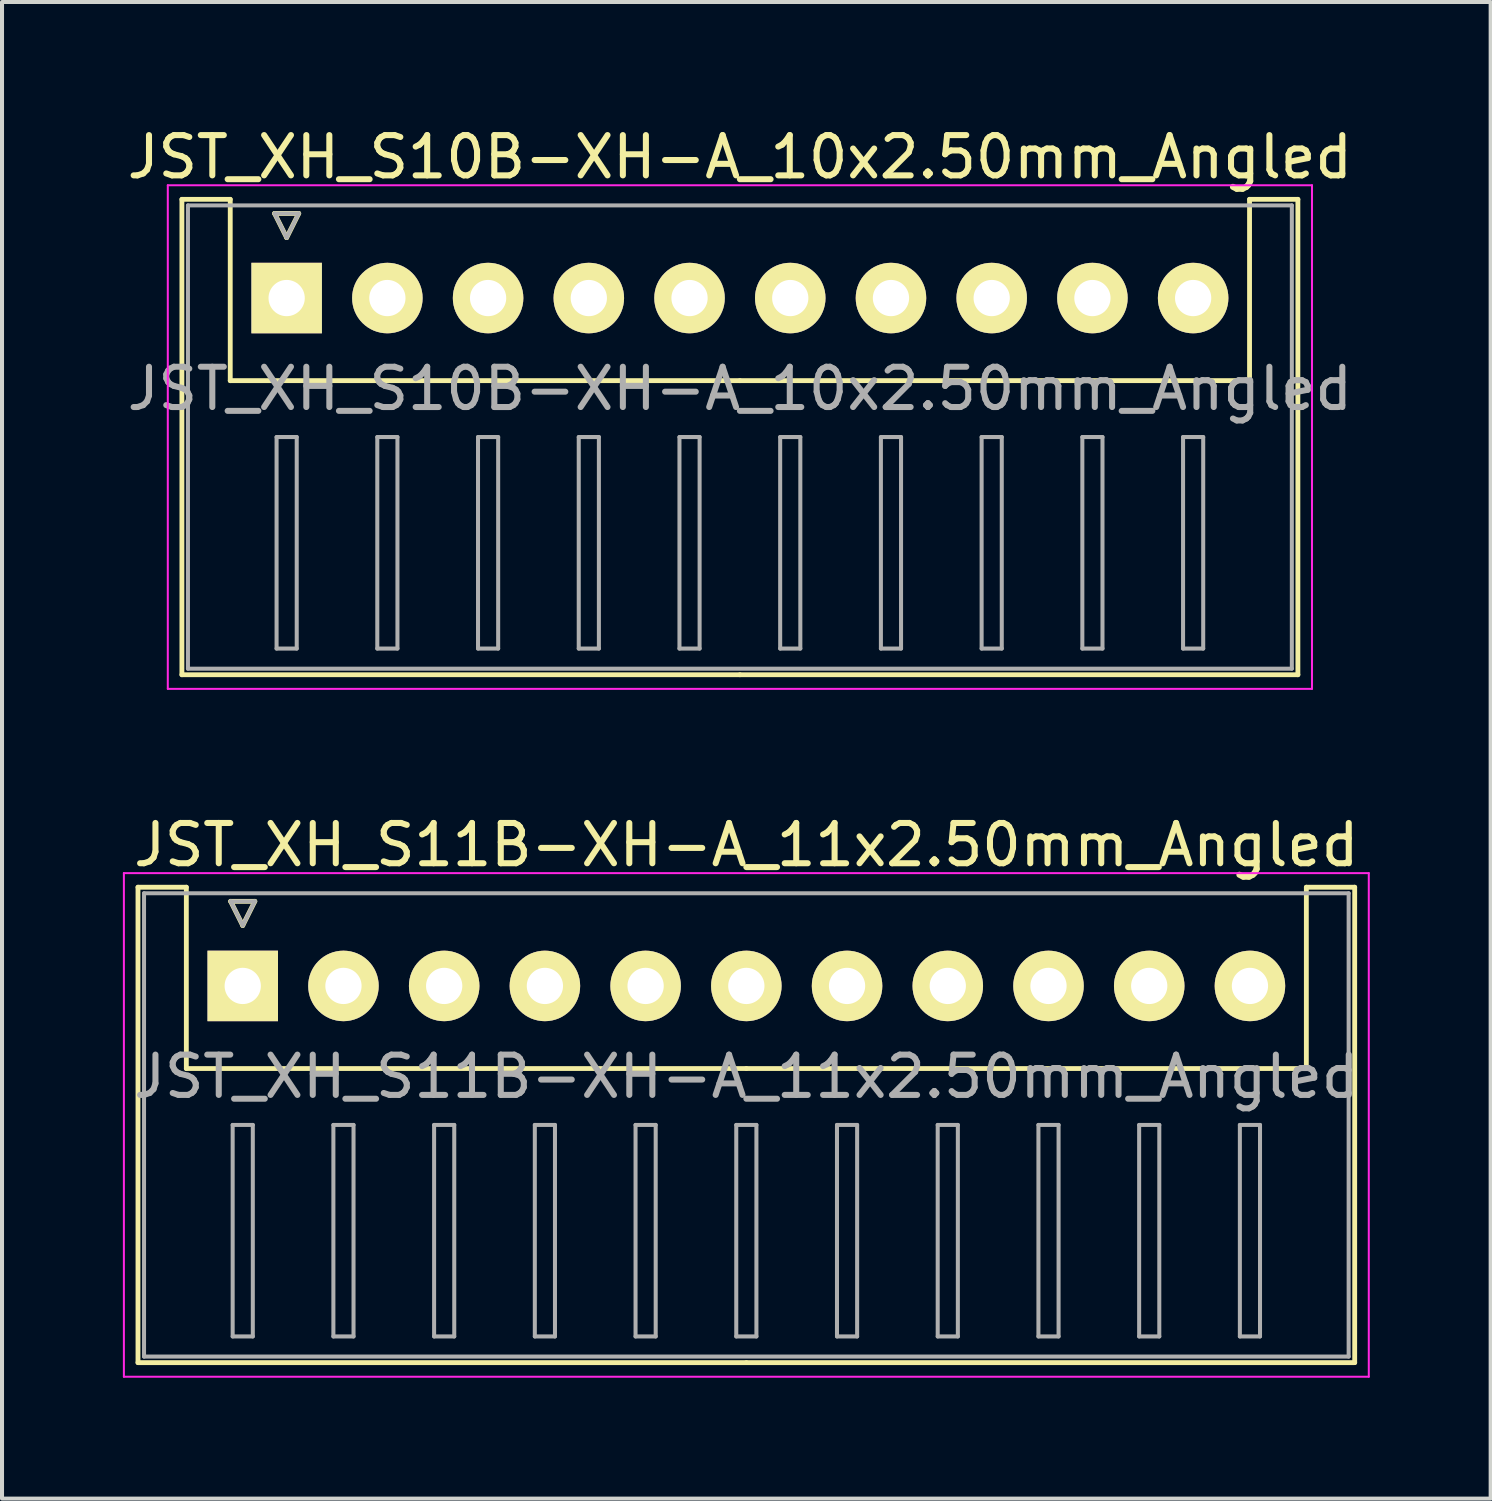
<source format=kicad_pcb>
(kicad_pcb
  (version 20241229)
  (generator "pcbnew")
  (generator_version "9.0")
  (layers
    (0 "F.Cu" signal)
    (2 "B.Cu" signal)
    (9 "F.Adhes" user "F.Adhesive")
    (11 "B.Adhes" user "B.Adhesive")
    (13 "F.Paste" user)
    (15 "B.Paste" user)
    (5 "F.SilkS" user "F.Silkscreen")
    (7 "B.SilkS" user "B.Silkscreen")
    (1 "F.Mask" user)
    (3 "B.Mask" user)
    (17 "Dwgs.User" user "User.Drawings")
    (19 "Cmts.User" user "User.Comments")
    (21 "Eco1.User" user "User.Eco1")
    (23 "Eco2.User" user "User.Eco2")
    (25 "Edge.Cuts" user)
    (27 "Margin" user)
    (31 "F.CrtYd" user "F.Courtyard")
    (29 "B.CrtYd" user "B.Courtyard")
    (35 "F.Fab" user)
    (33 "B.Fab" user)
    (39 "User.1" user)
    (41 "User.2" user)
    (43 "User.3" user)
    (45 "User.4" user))
  (footprint "JST_XH_S10B-XH-A_10x2.50mm_Angled"
    (layer "F.Cu")
    (at 4.065 4.348)
    (property "Reference" "JST_XH_S10B-XH-A_10x2.50mm_Angled" (at 11.25 -3.5 0) (layer "F.SilkS") (effects (font (size 1 1) (thickness 0.15))))
    (attr through_hole)
    (fp_line (start -2.6 -2.45) (end -1.4 -2.45) (stroke (width 0.12) (type solid)) (layer "F.SilkS"))
    (fp_line (start -2.6 9.35) (end -2.6 -2.45) (stroke (width 0.12) (type solid)) (layer "F.SilkS"))
    (fp_line (start -1.4 -2.45) (end -1.4 2.05) (stroke (width 0.12) (type solid)) (layer "F.SilkS"))
    (fp_line (start -1.4 2.05) (end 11.25 2.05) (stroke (width 0.12) (type solid)) (layer "F.SilkS"))
    (fp_line (start -0.3 -2.1) (end 0.3 -2.1) (stroke (width 0.12) (type solid)) (layer "F.SilkS"))
    (fp_line (start 0 -1.5) (end -0.3 -2.1) (stroke (width 0.12) (type solid)) (layer "F.SilkS"))
    (fp_line (start 0.3 -2.1) (end 0 -1.5) (stroke (width 0.12) (type solid)) (layer "F.SilkS"))
    (fp_line (start 11.25 9.35) (end -2.6 9.35) (stroke (width 0.12) (type solid)) (layer "F.SilkS"))
    (fp_line (start 11.25 9.35) (end 25.1 9.35) (stroke (width 0.12) (type solid)) (layer "F.SilkS"))
    (fp_line (start 23.9 -2.45) (end 23.9 2.05) (stroke (width 0.12) (type solid)) (layer "F.SilkS"))
    (fp_line (start 23.9 2.05) (end 11.25 2.05) (stroke (width 0.12) (type solid)) (layer "F.SilkS"))
    (fp_line (start 25.1 -2.45) (end 23.9 -2.45) (stroke (width 0.12) (type solid)) (layer "F.SilkS"))
    (fp_line (start 25.1 9.35) (end 25.1 -2.45) (stroke (width 0.12) (type solid)) (layer "F.SilkS"))
    (fp_line (start -2.95 -2.8) (end -2.95 9.7) (stroke (width 0.05) (type solid)) (layer "F.CrtYd"))
    (fp_line (start -2.95 9.7) (end 25.45 9.7) (stroke (width 0.05) (type solid)) (layer "F.CrtYd"))
    (fp_line (start 25.45 -2.8) (end -2.95 -2.8) (stroke (width 0.05) (type solid)) (layer "F.CrtYd"))
    (fp_line (start 25.45 9.7) (end 25.45 -2.8) (stroke (width 0.05) (type solid)) (layer "F.CrtYd"))
    (fp_line (start -2.45 -2.3) (end -2.45 9.2) (stroke (width 0.1) (type solid)) (layer "F.Fab"))
    (fp_line (start -2.45 9.2) (end 24.95 9.2) (stroke (width 0.1) (type solid)) (layer "F.Fab"))
    (fp_line (start -0.3 -2.1) (end 0.3 -2.1) (stroke (width 0.1) (type solid)) (layer "F.Fab"))
    (fp_line (start -0.25 3.45) (end -0.25 8.7) (stroke (width 0.1) (type solid)) (layer "F.Fab"))
    (fp_line (start -0.25 8.7) (end 0.25 8.7) (stroke (width 0.1) (type solid)) (layer "F.Fab"))
    (fp_line (start 0 -1.5) (end -0.3 -2.1) (stroke (width 0.1) (type solid)) (layer "F.Fab"))
    (fp_line (start 0.25 3.45) (end -0.25 3.45) (stroke (width 0.1) (type solid)) (layer "F.Fab"))
    (fp_line (start 0.25 8.7) (end 0.25 3.45) (stroke (width 0.1) (type solid)) (layer "F.Fab"))
    (fp_line (start 0.3 -2.1) (end 0 -1.5) (stroke (width 0.1) (type solid)) (layer "F.Fab"))
    (fp_line (start 2.25 3.45) (end 2.25 8.7) (stroke (width 0.1) (type solid)) (layer "F.Fab"))
    (fp_line (start 2.25 8.7) (end 2.75 8.7) (stroke (width 0.1) (type solid)) (layer "F.Fab"))
    (fp_line (start 2.75 3.45) (end 2.25 3.45) (stroke (width 0.1) (type solid)) (layer "F.Fab"))
    (fp_line (start 2.75 8.7) (end 2.75 3.45) (stroke (width 0.1) (type solid)) (layer "F.Fab"))
    (fp_line (start 4.75 3.45) (end 4.75 8.7) (stroke (width 0.1) (type solid)) (layer "F.Fab"))
    (fp_line (start 4.75 8.7) (end 5.25 8.7) (stroke (width 0.1) (type solid)) (layer "F.Fab"))
    (fp_line (start 5.25 3.45) (end 4.75 3.45) (stroke (width 0.1) (type solid)) (layer "F.Fab"))
    (fp_line (start 5.25 8.7) (end 5.25 3.45) (stroke (width 0.1) (type solid)) (layer "F.Fab"))
    (fp_line (start 7.25 3.45) (end 7.25 8.7) (stroke (width 0.1) (type solid)) (layer "F.Fab"))
    (fp_line (start 7.25 8.7) (end 7.75 8.7) (stroke (width 0.1) (type solid)) (layer "F.Fab"))
    (fp_line (start 7.75 3.45) (end 7.25 3.45) (stroke (width 0.1) (type solid)) (layer "F.Fab"))
    (fp_line (start 7.75 8.7) (end 7.75 3.45) (stroke (width 0.1) (type solid)) (layer "F.Fab"))
    (fp_line (start 9.75 3.45) (end 9.75 8.7) (stroke (width 0.1) (type solid)) (layer "F.Fab"))
    (fp_line (start 9.75 8.7) (end 10.25 8.7) (stroke (width 0.1) (type solid)) (layer "F.Fab"))
    (fp_line (start 10.25 3.45) (end 9.75 3.45) (stroke (width 0.1) (type solid)) (layer "F.Fab"))
    (fp_line (start 10.25 8.7) (end 10.25 3.45) (stroke (width 0.1) (type solid)) (layer "F.Fab"))
    (fp_line (start 12.25 3.45) (end 12.25 8.7) (stroke (width 0.1) (type solid)) (layer "F.Fab"))
    (fp_line (start 12.25 8.7) (end 12.75 8.7) (stroke (width 0.1) (type solid)) (layer "F.Fab"))
    (fp_line (start 12.75 3.45) (end 12.25 3.45) (stroke (width 0.1) (type solid)) (layer "F.Fab"))
    (fp_line (start 12.75 8.7) (end 12.75 3.45) (stroke (width 0.1) (type solid)) (layer "F.Fab"))
    (fp_line (start 14.75 3.45) (end 14.75 8.7) (stroke (width 0.1) (type solid)) (layer "F.Fab"))
    (fp_line (start 14.75 8.7) (end 15.25 8.7) (stroke (width 0.1) (type solid)) (layer "F.Fab"))
    (fp_line (start 15.25 3.45) (end 14.75 3.45) (stroke (width 0.1) (type solid)) (layer "F.Fab"))
    (fp_line (start 15.25 8.7) (end 15.25 3.45) (stroke (width 0.1) (type solid)) (layer "F.Fab"))
    (fp_line (start 17.25 3.45) (end 17.25 8.7) (stroke (width 0.1) (type solid)) (layer "F.Fab"))
    (fp_line (start 17.25 8.7) (end 17.75 8.7) (stroke (width 0.1) (type solid)) (layer "F.Fab"))
    (fp_line (start 17.75 3.45) (end 17.25 3.45) (stroke (width 0.1) (type solid)) (layer "F.Fab"))
    (fp_line (start 17.75 8.7) (end 17.75 3.45) (stroke (width 0.1) (type solid)) (layer "F.Fab"))
    (fp_line (start 19.75 3.45) (end 19.75 8.7) (stroke (width 0.1) (type solid)) (layer "F.Fab"))
    (fp_line (start 19.75 8.7) (end 20.25 8.7) (stroke (width 0.1) (type solid)) (layer "F.Fab"))
    (fp_line (start 20.25 3.45) (end 19.75 3.45) (stroke (width 0.1) (type solid)) (layer "F.Fab"))
    (fp_line (start 20.25 8.7) (end 20.25 3.45) (stroke (width 0.1) (type solid)) (layer "F.Fab"))
    (fp_line (start 22.25 3.45) (end 22.25 8.7) (stroke (width 0.1) (type solid)) (layer "F.Fab"))
    (fp_line (start 22.25 8.7) (end 22.75 8.7) (stroke (width 0.1) (type solid)) (layer "F.Fab"))
    (fp_line (start 22.75 3.45) (end 22.25 3.45) (stroke (width 0.1) (type solid)) (layer "F.Fab"))
    (fp_line (start 22.75 8.7) (end 22.75 3.45) (stroke (width 0.1) (type solid)) (layer "F.Fab"))
    (fp_line (start 24.95 -2.3) (end -2.45 -2.3) (stroke (width 0.1) (type solid)) (layer "F.Fab"))
    (fp_line (start 24.95 9.2) (end 24.95 -2.3) (stroke (width 0.1) (type solid)) (layer "F.Fab"))
    (fp_text user "${REFERENCE}" (at 11.25 2.25 0) (layer "F.Fab") (effects (font (size 1 1) (thickness 0.15))))
    (pad "1" thru_hole rect (at 0 0) (size 1.75 1.75) (drill 0.9) (layers "*.Cu" "*.Mask" "F.SilkS"))
    (pad "2" thru_hole circle (at 2.5 0) (size 1.75 1.75) (drill 0.9) (layers "*.Cu" "*.Mask" "F.SilkS"))
    (pad "3" thru_hole circle (at 5 0) (size 1.75 1.75) (drill 0.9) (layers "*.Cu" "*.Mask" "F.SilkS"))
    (pad "4" thru_hole circle (at 7.5 0) (size 1.75 1.75) (drill 0.9) (layers "*.Cu" "*.Mask" "F.SilkS"))
    (pad "5" thru_hole circle (at 10 0) (size 1.75 1.75) (drill 0.9) (layers "*.Cu" "*.Mask" "F.SilkS"))
    (pad "6" thru_hole circle (at 12.5 0) (size 1.75 1.75) (drill 0.9) (layers "*.Cu" "*.Mask" "F.SilkS"))
    (pad "7" thru_hole circle (at 15 0) (size 1.75 1.75) (drill 0.9) (layers "*.Cu" "*.Mask" "F.SilkS"))
    (pad "8" thru_hole circle (at 17.5 0) (size 1.75 1.75) (drill 0.9) (layers "*.Cu" "*.Mask" "F.SilkS"))
    (pad "9" thru_hole circle (at 20 0) (size 1.75 1.75) (drill 0.9) (layers "*.Cu" "*.Mask" "F.SilkS"))
    (pad "10" thru_hole circle (at 22.5 0) (size 1.75 1.75) (drill 0.9) (layers "*.Cu" "*.Mask" "F.SilkS")))
  (footprint "JST_XH_S11B-XH-A_11x2.50mm_Angled"
    (layer "F.Cu")
    (at 2.975 21.422)
    (property "Reference" "JST_XH_S11B-XH-A_11x2.50mm_Angled" (at 12.5 -3.5 0) (layer "F.SilkS") (effects (font (size 1 1) (thickness 0.15))))
    (attr through_hole)
    (fp_line (start -2.6 -2.45) (end -1.4 -2.45) (stroke (width 0.12) (type solid)) (layer "F.SilkS"))
    (fp_line (start -2.6 9.35) (end -2.6 -2.45) (stroke (width 0.12) (type solid)) (layer "F.SilkS"))
    (fp_line (start -1.4 -2.45) (end -1.4 2.05) (stroke (width 0.12) (type solid)) (layer "F.SilkS"))
    (fp_line (start -1.4 2.05) (end 12.5 2.05) (stroke (width 0.12) (type solid)) (layer "F.SilkS"))
    (fp_line (start -0.3 -2.1) (end 0.3 -2.1) (stroke (width 0.12) (type solid)) (layer "F.SilkS"))
    (fp_line (start 0 -1.5) (end -0.3 -2.1) (stroke (width 0.12) (type solid)) (layer "F.SilkS"))
    (fp_line (start 0.3 -2.1) (end 0 -1.5) (stroke (width 0.12) (type solid)) (layer "F.SilkS"))
    (fp_line (start 12.5 9.35) (end -2.6 9.35) (stroke (width 0.12) (type solid)) (layer "F.SilkS"))
    (fp_line (start 12.5 9.35) (end 27.6 9.35) (stroke (width 0.12) (type solid)) (layer "F.SilkS"))
    (fp_line (start 26.4 -2.45) (end 26.4 2.05) (stroke (width 0.12) (type solid)) (layer "F.SilkS"))
    (fp_line (start 26.4 2.05) (end 12.5 2.05) (stroke (width 0.12) (type solid)) (layer "F.SilkS"))
    (fp_line (start 27.6 -2.45) (end 26.4 -2.45) (stroke (width 0.12) (type solid)) (layer "F.SilkS"))
    (fp_line (start 27.6 9.35) (end 27.6 -2.45) (stroke (width 0.12) (type solid)) (layer "F.SilkS"))
    (fp_line (start -2.95 -2.8) (end -2.95 9.7) (stroke (width 0.05) (type solid)) (layer "F.CrtYd"))
    (fp_line (start -2.95 9.7) (end 27.95 9.7) (stroke (width 0.05) (type solid)) (layer "F.CrtYd"))
    (fp_line (start 27.95 -2.8) (end -2.95 -2.8) (stroke (width 0.05) (type solid)) (layer "F.CrtYd"))
    (fp_line (start 27.95 9.7) (end 27.95 -2.8) (stroke (width 0.05) (type solid)) (layer "F.CrtYd"))
    (fp_line (start -2.45 -2.3) (end -2.45 9.2) (stroke (width 0.1) (type solid)) (layer "F.Fab"))
    (fp_line (start -2.45 9.2) (end 27.45 9.2) (stroke (width 0.1) (type solid)) (layer "F.Fab"))
    (fp_line (start -0.3 -2.1) (end 0.3 -2.1) (stroke (width 0.1) (type solid)) (layer "F.Fab"))
    (fp_line (start -0.25 3.45) (end -0.25 8.7) (stroke (width 0.1) (type solid)) (layer "F.Fab"))
    (fp_line (start -0.25 8.7) (end 0.25 8.7) (stroke (width 0.1) (type solid)) (layer "F.Fab"))
    (fp_line (start 0 -1.5) (end -0.3 -2.1) (stroke (width 0.1) (type solid)) (layer "F.Fab"))
    (fp_line (start 0.25 3.45) (end -0.25 3.45) (stroke (width 0.1) (type solid)) (layer "F.Fab"))
    (fp_line (start 0.25 8.7) (end 0.25 3.45) (stroke (width 0.1) (type solid)) (layer "F.Fab"))
    (fp_line (start 0.3 -2.1) (end 0 -1.5) (stroke (width 0.1) (type solid)) (layer "F.Fab"))
    (fp_line (start 2.25 3.45) (end 2.25 8.7) (stroke (width 0.1) (type solid)) (layer "F.Fab"))
    (fp_line (start 2.25 8.7) (end 2.75 8.7) (stroke (width 0.1) (type solid)) (layer "F.Fab"))
    (fp_line (start 2.75 3.45) (end 2.25 3.45) (stroke (width 0.1) (type solid)) (layer "F.Fab"))
    (fp_line (start 2.75 8.7) (end 2.75 3.45) (stroke (width 0.1) (type solid)) (layer "F.Fab"))
    (fp_line (start 4.75 3.45) (end 4.75 8.7) (stroke (width 0.1) (type solid)) (layer "F.Fab"))
    (fp_line (start 4.75 8.7) (end 5.25 8.7) (stroke (width 0.1) (type solid)) (layer "F.Fab"))
    (fp_line (start 5.25 3.45) (end 4.75 3.45) (stroke (width 0.1) (type solid)) (layer "F.Fab"))
    (fp_line (start 5.25 8.7) (end 5.25 3.45) (stroke (width 0.1) (type solid)) (layer "F.Fab"))
    (fp_line (start 7.25 3.45) (end 7.25 8.7) (stroke (width 0.1) (type solid)) (layer "F.Fab"))
    (fp_line (start 7.25 8.7) (end 7.75 8.7) (stroke (width 0.1) (type solid)) (layer "F.Fab"))
    (fp_line (start 7.75 3.45) (end 7.25 3.45) (stroke (width 0.1) (type solid)) (layer "F.Fab"))
    (fp_line (start 7.75 8.7) (end 7.75 3.45) (stroke (width 0.1) (type solid)) (layer "F.Fab"))
    (fp_line (start 9.75 3.45) (end 9.75 8.7) (stroke (width 0.1) (type solid)) (layer "F.Fab"))
    (fp_line (start 9.75 8.7) (end 10.25 8.7) (stroke (width 0.1) (type solid)) (layer "F.Fab"))
    (fp_line (start 10.25 3.45) (end 9.75 3.45) (stroke (width 0.1) (type solid)) (layer "F.Fab"))
    (fp_line (start 10.25 8.7) (end 10.25 3.45) (stroke (width 0.1) (type solid)) (layer "F.Fab"))
    (fp_line (start 12.25 3.45) (end 12.25 8.7) (stroke (width 0.1) (type solid)) (layer "F.Fab"))
    (fp_line (start 12.25 8.7) (end 12.75 8.7) (stroke (width 0.1) (type solid)) (layer "F.Fab"))
    (fp_line (start 12.75 3.45) (end 12.25 3.45) (stroke (width 0.1) (type solid)) (layer "F.Fab"))
    (fp_line (start 12.75 8.7) (end 12.75 3.45) (stroke (width 0.1) (type solid)) (layer "F.Fab"))
    (fp_line (start 14.75 3.45) (end 14.75 8.7) (stroke (width 0.1) (type solid)) (layer "F.Fab"))
    (fp_line (start 14.75 8.7) (end 15.25 8.7) (stroke (width 0.1) (type solid)) (layer "F.Fab"))
    (fp_line (start 15.25 3.45) (end 14.75 3.45) (stroke (width 0.1) (type solid)) (layer "F.Fab"))
    (fp_line (start 15.25 8.7) (end 15.25 3.45) (stroke (width 0.1) (type solid)) (layer "F.Fab"))
    (fp_line (start 17.25 3.45) (end 17.25 8.7) (stroke (width 0.1) (type solid)) (layer "F.Fab"))
    (fp_line (start 17.25 8.7) (end 17.75 8.7) (stroke (width 0.1) (type solid)) (layer "F.Fab"))
    (fp_line (start 17.75 3.45) (end 17.25 3.45) (stroke (width 0.1) (type solid)) (layer "F.Fab"))
    (fp_line (start 17.75 8.7) (end 17.75 3.45) (stroke (width 0.1) (type solid)) (layer "F.Fab"))
    (fp_line (start 19.75 3.45) (end 19.75 8.7) (stroke (width 0.1) (type solid)) (layer "F.Fab"))
    (fp_line (start 19.75 8.7) (end 20.25 8.7) (stroke (width 0.1) (type solid)) (layer "F.Fab"))
    (fp_line (start 20.25 3.45) (end 19.75 3.45) (stroke (width 0.1) (type solid)) (layer "F.Fab"))
    (fp_line (start 20.25 8.7) (end 20.25 3.45) (stroke (width 0.1) (type solid)) (layer "F.Fab"))
    (fp_line (start 22.25 3.45) (end 22.25 8.7) (stroke (width 0.1) (type solid)) (layer "F.Fab"))
    (fp_line (start 22.25 8.7) (end 22.75 8.7) (stroke (width 0.1) (type solid)) (layer "F.Fab"))
    (fp_line (start 22.75 3.45) (end 22.25 3.45) (stroke (width 0.1) (type solid)) (layer "F.Fab"))
    (fp_line (start 22.75 8.7) (end 22.75 3.45) (stroke (width 0.1) (type solid)) (layer "F.Fab"))
    (fp_line (start 24.75 3.45) (end 24.75 8.7) (stroke (width 0.1) (type solid)) (layer "F.Fab"))
    (fp_line (start 24.75 8.7) (end 25.25 8.7) (stroke (width 0.1) (type solid)) (layer "F.Fab"))
    (fp_line (start 25.25 3.45) (end 24.75 3.45) (stroke (width 0.1) (type solid)) (layer "F.Fab"))
    (fp_line (start 25.25 8.7) (end 25.25 3.45) (stroke (width 0.1) (type solid)) (layer "F.Fab"))
    (fp_line (start 27.45 -2.3) (end -2.45 -2.3) (stroke (width 0.1) (type solid)) (layer "F.Fab"))
    (fp_line (start 27.45 9.2) (end 27.45 -2.3) (stroke (width 0.1) (type solid)) (layer "F.Fab"))
    (fp_text user "${REFERENCE}" (at 12.5 2.25 0) (layer "F.Fab") (effects (font (size 1 1) (thickness 0.15))))
    (pad "1" thru_hole rect (at 0 0) (size 1.75 1.75) (drill 0.9) (layers "*.Cu" "*.Mask" "F.SilkS"))
    (pad "2" thru_hole circle (at 2.5 0) (size 1.75 1.75) (drill 0.9) (layers "*.Cu" "*.Mask" "F.SilkS"))
    (pad "3" thru_hole circle (at 5 0) (size 1.75 1.75) (drill 0.9) (layers "*.Cu" "*.Mask" "F.SilkS"))
    (pad "4" thru_hole circle (at 7.5 0) (size 1.75 1.75) (drill 0.9) (layers "*.Cu" "*.Mask" "F.SilkS"))
    (pad "5" thru_hole circle (at 10 0) (size 1.75 1.75) (drill 0.9) (layers "*.Cu" "*.Mask" "F.SilkS"))
    (pad "6" thru_hole circle (at 12.5 0) (size 1.75 1.75) (drill 0.9) (layers "*.Cu" "*.Mask" "F.SilkS"))
    (pad "7" thru_hole circle (at 15 0) (size 1.75 1.75) (drill 0.9) (layers "*.Cu" "*.Mask" "F.SilkS"))
    (pad "8" thru_hole circle (at 17.5 0) (size 1.75 1.75) (drill 0.9) (layers "*.Cu" "*.Mask" "F.SilkS"))
    (pad "9" thru_hole circle (at 20 0) (size 1.75 1.75) (drill 0.9) (layers "*.Cu" "*.Mask" "F.SilkS"))
    (pad "10" thru_hole circle (at 22.5 0) (size 1.75 1.75) (drill 0.9) (layers "*.Cu" "*.Mask" "F.SilkS"))
    (pad "11" thru_hole circle (at 25 0) (size 1.75 1.75) (drill 0.9) (layers "*.Cu" "*.Mask" "F.SilkS")))
  (gr_rect
    (start -3 -3)
    (end 33.95 34.147)
    (stroke (width 0.1) (type default))
    (fill no)
    (layer "Edge.Cuts")))
</source>
